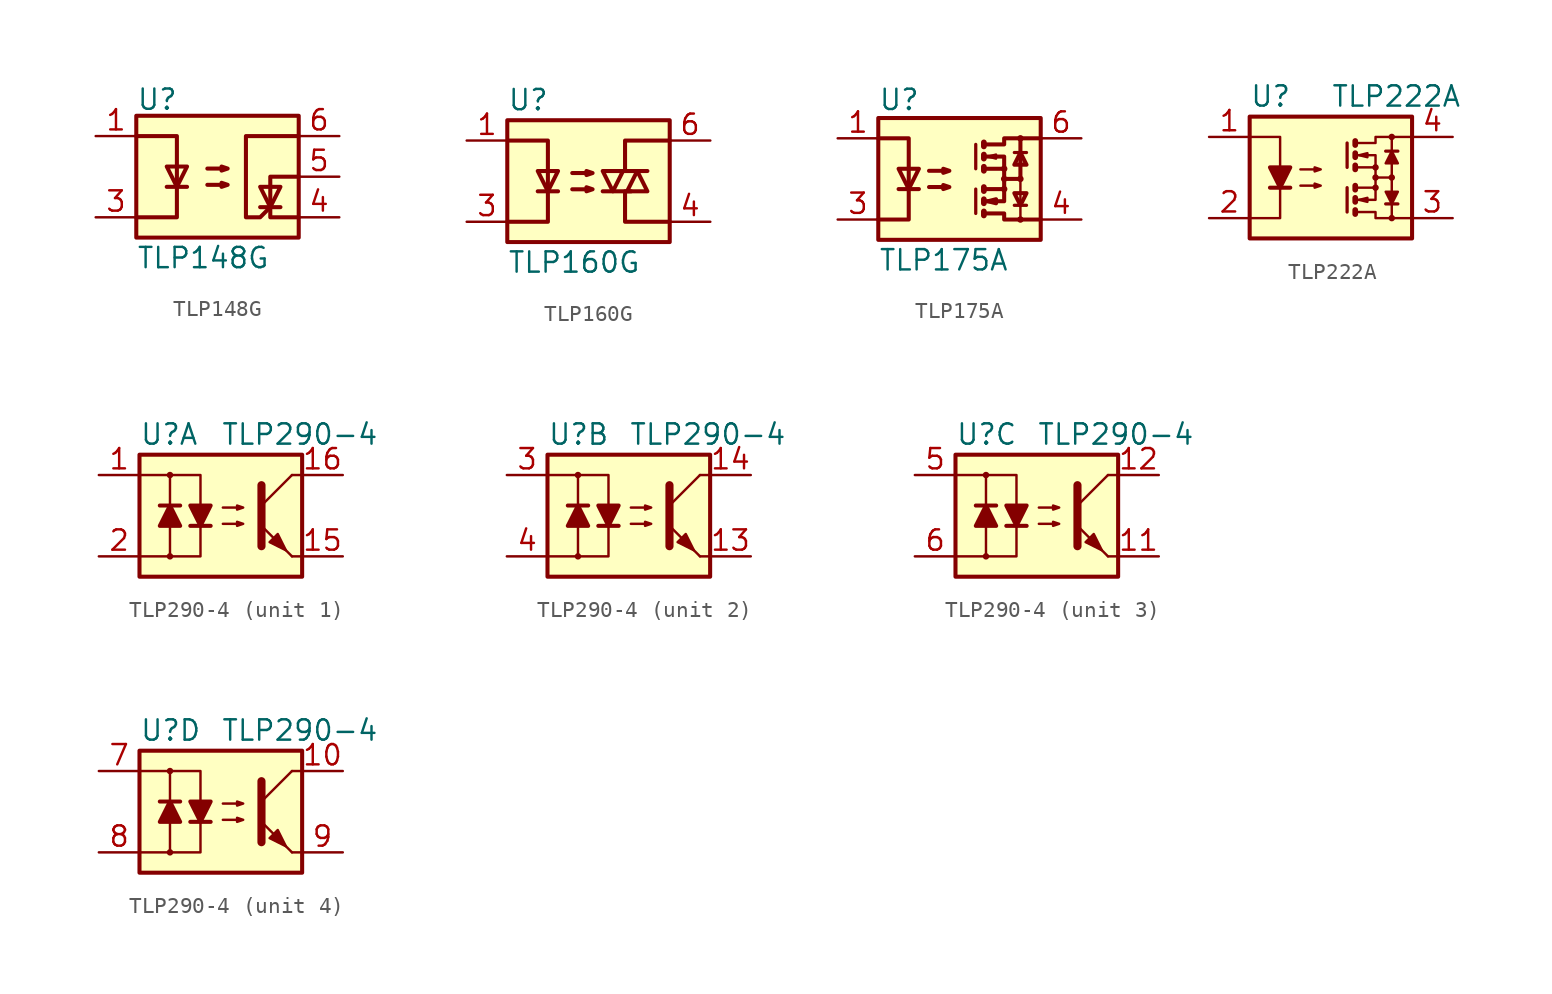
<source format=kicad_sym>
(kicad_symbol_lib
  (version 20211014)
  (generator kicad_symbol_editor)
  (symbol "TLP148G"
    (pin_names
      (offset 1.016))
    (property "Reference" "U"
      (at -5.08 4.826 0)
      (effects (font (size 1.27 1.27)) (justify left)))
    (property "Value" "TLP148G"
      (at -5.08 -5.08 0)
      (effects (font (size 1.27 1.27)) (justify left)))
    (symbol "TLP148G_0_1"
      (rectangle (start -5.08 3.81) (end 5.08 -3.81) (stroke (width 0.254) (type default) (color 0 0 0 0)) (fill (type background)))
      (polyline (pts (xy -3.175 -0.635) (xy -1.905 -0.635)) (stroke (width 0.254) (type default) (color 0 0 0 0)) (fill (type none)))
      (polyline (pts (xy 2.667 -1.905) (xy 3.937 -1.905)) (stroke (width 0.254) (type default) (color 0 0 0 0)) (fill (type none)))
      (polyline (pts (xy -5.08 2.54) (xy -2.54 2.54) (xy -2.54 -2.54) (xy -5.08 -2.54)) (stroke (width 0.254) (type default) (color 0 0 0 0)) (fill (type none)))
      (polyline (pts (xy -2.54 -0.635) (xy -3.175 0.635) (xy -1.905 0.635) (xy -2.54 -0.635)) (stroke (width 0.254) (type default) (color 0 0 0 0)) (fill (type none)))
      (polyline (pts (xy 3.302 -1.905) (xy 2.667 -0.635) (xy 3.937 -0.635) (xy 3.302 -1.905)) (stroke (width 0.254) (type default) (color 0 0 0 0)) (fill (type none)))
      (polyline (pts (xy 5.08 0) (xy 3.302 0) (xy 3.302 -2.54) (xy 5.08 -2.54)) (stroke (width 0.254) (type default) (color 0 0 0 0)) (fill (type none)))
      (polyline (pts (xy -0.635 -0.508) (xy 0.635 -0.508) (xy 0.254 -0.635) (xy 0.254 -0.381) (xy 0.635 -0.508)) (stroke (width 0.254) (type default) (color 0 0 0 0)) (fill (type none)))
      (polyline (pts (xy -0.635 0.508) (xy 0.635 0.508) (xy 0.254 0.381) (xy 0.254 0.635) (xy 0.635 0.508)) (stroke (width 0.254) (type default) (color 0 0 0 0)) (fill (type none)))
      (polyline (pts (xy 5.08 2.54) (xy 1.778 2.54) (xy 1.778 -2.54) (xy 2.667 -2.54) (xy 3.302 -1.905)) (stroke (width 0.254) (type default) (color 0 0 0 0)) (fill (type none))))
    (symbol "TLP148G_1_1"
      (pin passive line (at -7.62 2.54 0) (length 2.54) (name "~" (effects (font (size 1.27 1.27)))) (number "1" (effects (font (size 1.27 1.27)))))
      (pin passive line (at -7.62 -2.54 0) (length 2.54) (name "~" (effects (font (size 1.27 1.27)))) (number "3" (effects (font (size 1.27 1.27)))))
      (pin passive line (at 7.62 -2.54 180) (length 2.54) (name "~" (effects (font (size 1.27 1.27)))) (number "4" (effects (font (size 1.27 1.27)))))
      (pin passive line (at 7.62 0 180) (length 2.54) (name "~" (effects (font (size 1.27 1.27)))) (number "5" (effects (font (size 1.27 1.27)))))
      (pin passive line (at 7.62 2.54 180) (length 2.54) (name "~" (effects (font (size 1.27 1.27)))) (number "6" (effects (font (size 1.27 1.27)))))))
  (symbol "TLP160G"
    (pin_names
      (offset 1.016))
    (property "Reference" "U"
      (at -5.08 5.08 0)
      (effects (font (size 1.27 1.27)) (justify left)))
    (property "Value" "TLP160G"
      (at -5.08 -5.08 0)
      (effects (font (size 1.27 1.27)) (justify left)))
    (symbol "TLP160G_0_1"
      (rectangle (start -5.08 3.81) (end 5.08 -3.81) (stroke (width 0.254) (type default) (color 0 0 0 0)) (fill (type background)))
      (polyline (pts (xy -3.175 -0.635) (xy -1.905 -0.635)) (stroke (width 0.254) (type default) (color 0 0 0 0)) (fill (type none)))
      (polyline (pts (xy 1.905 0.635) (xy 3.683 0.635)) (stroke (width 0.254) (type default) (color 0 0 0 0)) (fill (type none)))
      (polyline (pts (xy 2.667 -0.635) (xy 0.889 -0.635)) (stroke (width 0.254) (type default) (color 0 0 0 0)) (fill (type none)))
      (polyline (pts (xy 2.286 -0.635) (xy 2.286 -2.54) (xy 5.08 -2.54)) (stroke (width 0.254) (type default) (color 0 0 0 0)) (fill (type none)))
      (polyline (pts (xy 5.08 2.54) (xy 2.286 2.54) (xy 2.286 0.635)) (stroke (width 0.254) (type default) (color 0 0 0 0)) (fill (type none)))
      (polyline (pts (xy -4.953 2.54) (xy -2.54 2.54) (xy -2.54 -2.54) (xy -5.08 -2.54)) (stroke (width 0.254) (type default) (color 0 0 0 0)) (fill (type none)))
      (polyline (pts (xy -2.54 -0.635) (xy -3.175 0.635) (xy -1.905 0.635) (xy -2.54 -0.635)) (stroke (width 0.254) (type default) (color 0 0 0 0)) (fill (type none)))
      (polyline (pts (xy 1.524 -0.635) (xy 2.159 0.635) (xy 0.889 0.635) (xy 1.524 -0.635)) (stroke (width 0.254) (type default) (color 0 0 0 0)) (fill (type none)))
      (polyline (pts (xy 3.048 0.635) (xy 2.413 -0.635) (xy 3.683 -0.635) (xy 3.048 0.635)) (stroke (width 0.254) (type default) (color 0 0 0 0)) (fill (type none)))
      (polyline (pts (xy -1.016 -0.508) (xy 0.254 -0.508) (xy -0.127 -0.635) (xy -0.127 -0.381) (xy 0.254 -0.508)) (stroke (width 0.254) (type default) (color 0 0 0 0)) (fill (type none)))
      (polyline (pts (xy -1.016 0.508) (xy 0.254 0.508) (xy -0.127 0.381) (xy -0.127 0.635) (xy 0.254 0.508)) (stroke (width 0.254) (type default) (color 0 0 0 0)) (fill (type none))))
    (symbol "TLP160G_1_1"
      (pin passive line (at -7.62 2.54 0) (length 2.54) (name "~" (effects (font (size 1.27 1.27)))) (number "1" (effects (font (size 1.27 1.27)))))
      (pin passive line (at -7.62 -2.54 0) (length 2.54) (name "~" (effects (font (size 1.27 1.27)))) (number "3" (effects (font (size 1.27 1.27)))))
      (pin passive line (at 7.62 -2.54 180) (length 2.54) (name "~" (effects (font (size 1.27 1.27)))) (number "4" (effects (font (size 1.27 1.27)))))
      (pin passive line (at 7.62 2.54 180) (length 2.54) (name "~" (effects (font (size 1.27 1.27)))) (number "6" (effects (font (size 1.27 1.27)))))))
  (symbol "TLP175A"
    (pin_names
      (offset 1.016))
    (property "Reference" "U"
      (at -5.08 4.953 0)
      (effects (font (size 1.27 1.27)) (justify left)))
    (property "Value" "TLP175A"
      (at -5.08 -5.08 0)
      (effects (font (size 1.27 1.27)) (justify left)))
    (symbol "TLP175A_0_1"
      (rectangle (start -5.08 3.81) (end 5.08 -3.81) (stroke (width 0.254) (type default) (color 0 0 0 0)) (fill (type background)))
      (polyline (pts (xy -3.81 -0.635) (xy -2.54 -0.635)) (stroke (width 0.254) (type default) (color 0 0 0 0)) (fill (type none)))
      (polyline (pts (xy 1.016 -0.635) (xy 1.016 -2.159)) (stroke (width 0.203) (type default) (color 0 0 0 0)) (fill (type none)))
      (polyline (pts (xy 1.016 2.159) (xy 1.016 0.635)) (stroke (width 0.203) (type default) (color 0 0 0 0)) (fill (type none)))
      (polyline (pts (xy 1.524 -0.508) (xy 1.524 -0.762)) (stroke (width 0.356) (type default) (color 0 0 0 0)) (fill (type none)))
      (polyline (pts (xy 2.794 0) (xy 3.81 0)) (stroke (width 0.254) (type default) (color 0 0 0 0)) (fill (type none)))
      (polyline (pts (xy 3.429 -1.651) (xy 4.191 -1.651)) (stroke (width 0.203) (type default) (color 0 0 0 0)) (fill (type none)))
      (polyline (pts (xy 3.429 1.651) (xy 4.191 1.651)) (stroke (width 0.203) (type default) (color 0 0 0 0)) (fill (type none)))
      (polyline (pts (xy 3.81 0) (xy 3.81 -2.54)) (stroke (width 0) (type default) (color 0 0 0 0)) (fill (type none)))
      (polyline (pts (xy 3.81 0) (xy 3.81 2.54)) (stroke (width 0.254) (type default) (color 0 0 0 0)) (fill (type none)))
      (polyline (pts (xy 1.524 -2.032) (xy 1.524 -2.286) (xy 1.524 -2.286)) (stroke (width 0.356) (type default) (color 0 0 0 0)) (fill (type none)))
      (polyline (pts (xy 1.524 -1.27) (xy 1.524 -1.524) (xy 1.524 -1.524)) (stroke (width 0.356) (type default) (color 0 0 0 0)) (fill (type none)))
      (polyline (pts (xy 1.524 0.762) (xy 1.524 0.508) (xy 1.524 0.508)) (stroke (width 0.356) (type default) (color 0 0 0 0)) (fill (type none)))
      (polyline (pts (xy 1.524 1.524) (xy 1.524 1.27) (xy 1.524 1.27)) (stroke (width 0.356) (type default) (color 0 0 0 0)) (fill (type none)))
      (polyline (pts (xy 1.524 2.286) (xy 1.524 2.032) (xy 1.524 2.032)) (stroke (width 0.356) (type default) (color 0 0 0 0)) (fill (type none)))
      (polyline (pts (xy 1.651 -1.397) (xy 2.794 -1.397) (xy 2.794 -0.635)) (stroke (width 0.254) (type default) (color 0 0 0 0)) (fill (type none)))
      (polyline (pts (xy 1.651 1.397) (xy 2.794 1.397) (xy 2.794 0.635)) (stroke (width 0.254) (type default) (color 0 0 0 0)) (fill (type none)))
      (polyline (pts (xy -5.08 2.54) (xy -3.175 2.54) (xy -3.175 -2.54) (xy -5.08 -2.54)) (stroke (width 0.254) (type default) (color 0 0 0 0)) (fill (type none)))
      (polyline (pts (xy -3.175 -0.635) (xy -3.81 0.635) (xy -2.54 0.635) (xy -3.175 -0.635)) (stroke (width 0.254) (type default) (color 0 0 0 0)) (fill (type none)))
      (polyline (pts (xy 1.651 -2.159) (xy 2.794 -2.159) (xy 2.794 -2.54) (xy 5.08 -2.54)) (stroke (width 0.254) (type default) (color 0 0 0 0)) (fill (type none)))
      (polyline (pts (xy 1.651 -0.635) (xy 2.794 -0.635) (xy 2.794 0.635) (xy 1.651 0.635)) (stroke (width 0.254) (type default) (color 0 0 0 0)) (fill (type none)))
      (polyline (pts (xy 1.651 2.159) (xy 2.794 2.159) (xy 2.794 2.54) (xy 5.08 2.54)) (stroke (width 0.254) (type default) (color 0 0 0 0)) (fill (type none)))
      (polyline (pts (xy 1.778 -1.397) (xy 2.286 -1.27) (xy 2.286 -1.524) (xy 1.778 -1.397)) (stroke (width 0.254) (type default) (color 0 0 0 0)) (fill (type none)))
      (polyline (pts (xy 1.778 1.397) (xy 2.286 1.524) (xy 2.286 1.27) (xy 1.778 1.397)) (stroke (width 0) (type default) (color 0 0 0 0)) (fill (type none)))
      (polyline (pts (xy 3.81 -1.651) (xy 3.429 -0.889) (xy 4.191 -0.889) (xy 3.81 -1.651)) (stroke (width 0.254) (type default) (color 0 0 0 0)) (fill (type none)))
      (polyline (pts (xy 3.81 1.651) (xy 3.429 0.889) (xy 4.191 0.889) (xy 3.81 1.651)) (stroke (width 0.254) (type default) (color 0 0 0 0)) (fill (type none)))
      (polyline (pts (xy -1.905 -0.508) (xy -0.635 -0.508) (xy -1.016 -0.635) (xy -1.016 -0.381) (xy -0.635 -0.508)) (stroke (width 0.254) (type default) (color 0 0 0 0)) (fill (type none)))
      (polyline (pts (xy -1.905 0.508) (xy -0.635 0.508) (xy -1.016 0.381) (xy -1.016 0.635) (xy -0.635 0.508)) (stroke (width 0.254) (type default) (color 0 0 0 0)) (fill (type none)))
      (circle (center 2.794 -0.635) (radius 0.127) (stroke (width 0) (type default) (color 0 0 0 0)) (fill (type none)))
      (circle (center 2.794 0) (radius 0.127) (stroke (width 0) (type default) (color 0 0 0 0)) (fill (type none)))
      (circle (center 2.794 0.635) (radius 0.127) (stroke (width 0) (type default) (color 0 0 0 0)) (fill (type none)))
      (circle (center 3.81 -2.54) (radius 0.127) (stroke (width 0) (type default) (color 0 0 0 0)) (fill (type none)))
      (circle (center 3.81 0) (radius 0.127) (stroke (width 0) (type default) (color 0 0 0 0)) (fill (type none)))
      (circle (center 3.81 2.54) (radius 0.127) (stroke (width 0) (type default) (color 0 0 0 0)) (fill (type none))))
    (symbol "TLP175A_1_1"
      (pin passive line (at -7.62 2.54 0) (length 2.54) (name "~" (effects (font (size 1.27 1.27)))) (number "1" (effects (font (size 1.27 1.27)))))
      (pin passive line (at -7.62 -2.54 0) (length 2.54) (name "~" (effects (font (size 1.27 1.27)))) (number "3" (effects (font (size 1.27 1.27)))))
      (pin passive line (at 7.62 -2.54 180) (length 2.54) (name "~" (effects (font (size 1.27 1.27)))) (number "4" (effects (font (size 1.27 1.27)))))
      (pin passive line (at 7.62 2.54 180) (length 2.54) (name "~" (effects (font (size 1.27 1.27)))) (number "6" (effects (font (size 1.27 1.27)))))))
  (symbol "TLP222A"
    (pin_names
      (offset 1.016))
    (property "Reference" "U"
      (at -5.08 5.08 0)
      (effects (font (size 1.27 1.27)) (justify left)))
    (property "Value" "TLP222A"
      (at 0 5.08 0)
      (effects (font (size 1.27 1.27)) (justify left)))
    (symbol "TLP222A_0_1"
      (rectangle (start -5.08 3.81) (end 5.08 -3.81) (stroke (width 0.254) (type default) (color 0 0 0 0)) (fill (type background)))
      (polyline (pts (xy -3.81 -0.635) (xy -2.54 -0.635)) (stroke (width 0.254) (type default) (color 0 0 0 0)) (fill (type none)))
      (polyline (pts (xy 1.016 -0.635) (xy 1.016 -2.159)) (stroke (width 0.203) (type default) (color 0 0 0 0)) (fill (type none)))
      (polyline (pts (xy 1.016 2.159) (xy 1.016 0.635)) (stroke (width 0.203) (type default) (color 0 0 0 0)) (fill (type none)))
      (polyline (pts (xy 1.524 -0.508) (xy 1.524 -0.762)) (stroke (width 0.356) (type default) (color 0 0 0 0)) (fill (type none)))
      (polyline (pts (xy 2.794 0) (xy 3.81 0)) (stroke (width 0) (type default) (color 0 0 0 0)) (fill (type none)))
      (polyline (pts (xy 3.429 -1.651) (xy 4.191 -1.651)) (stroke (width 0.203) (type default) (color 0 0 0 0)) (fill (type none)))
      (polyline (pts (xy 3.429 1.651) (xy 4.191 1.651)) (stroke (width 0.203) (type default) (color 0 0 0 0)) (fill (type none)))
      (polyline (pts (xy 3.81 0) (xy 3.81 -2.54)) (stroke (width 0) (type default) (color 0 0 0 0)) (fill (type none)))
      (polyline (pts (xy 3.81 0) (xy 3.81 2.54)) (stroke (width 0) (type default) (color 0 0 0 0)) (fill (type none)))
      (polyline (pts (xy -5.08 2.54) (xy -3.175 2.54) (xy -3.175 0.635)) (stroke (width 0) (type default) (color 0 0 0 0)) (fill (type none)))
      (polyline (pts (xy -3.175 -0.635) (xy -3.175 -2.54) (xy -5.08 -2.54)) (stroke (width 0) (type default) (color 0 0 0 0)) (fill (type none)))
      (polyline (pts (xy 1.524 -2.032) (xy 1.524 -2.286) (xy 1.524 -2.286)) (stroke (width 0.356) (type default) (color 0 0 0 0)) (fill (type none)))
      (polyline (pts (xy 1.524 -1.27) (xy 1.524 -1.524) (xy 1.524 -1.524)) (stroke (width 0.356) (type default) (color 0 0 0 0)) (fill (type none)))
      (polyline (pts (xy 1.524 0.762) (xy 1.524 0.508) (xy 1.524 0.508)) (stroke (width 0.356) (type default) (color 0 0 0 0)) (fill (type none)))
      (polyline (pts (xy 1.524 1.524) (xy 1.524 1.27) (xy 1.524 1.27)) (stroke (width 0.356) (type default) (color 0 0 0 0)) (fill (type none)))
      (polyline (pts (xy 1.524 2.286) (xy 1.524 2.032) (xy 1.524 2.032)) (stroke (width 0.356) (type default) (color 0 0 0 0)) (fill (type none)))
      (polyline (pts (xy 1.651 -1.397) (xy 2.794 -1.397) (xy 2.794 -0.635)) (stroke (width 0) (type default) (color 0 0 0 0)) (fill (type none)))
      (polyline (pts (xy 1.651 1.397) (xy 2.794 1.397) (xy 2.794 0.635)) (stroke (width 0) (type default) (color 0 0 0 0)) (fill (type none)))
      (polyline (pts (xy -3.175 -0.635) (xy -3.81 0.635) (xy -2.54 0.635) (xy -3.175 -0.635)) (stroke (width 0.254) (type default) (color 0 0 0 0)) (fill (type outline)))
      (polyline (pts (xy 1.651 -2.159) (xy 2.794 -2.159) (xy 2.794 -2.54) (xy 5.08 -2.54)) (stroke (width 0) (type default) (color 0 0 0 0)) (fill (type none)))
      (polyline (pts (xy 1.651 -0.635) (xy 2.794 -0.635) (xy 2.794 0.635) (xy 1.651 0.635)) (stroke (width 0) (type default) (color 0 0 0 0)) (fill (type none)))
      (polyline (pts (xy 1.651 2.159) (xy 2.794 2.159) (xy 2.794 2.54) (xy 5.08 2.54)) (stroke (width 0) (type default) (color 0 0 0 0)) (fill (type none)))
      (polyline (pts (xy 1.778 -1.397) (xy 2.286 -1.27) (xy 2.286 -1.524) (xy 1.778 -1.397)) (stroke (width 0) (type default) (color 0 0 0 0)) (fill (type none)))
      (polyline (pts (xy 1.778 1.397) (xy 2.286 1.524) (xy 2.286 1.27) (xy 1.778 1.397)) (stroke (width 0) (type default) (color 0 0 0 0)) (fill (type none)))
      (polyline (pts (xy 3.81 -1.651) (xy 3.429 -0.889) (xy 4.191 -0.889) (xy 3.81 -1.651)) (stroke (width 0) (type default) (color 0 0 0 0)) (fill (type outline)))
      (polyline (pts (xy 3.81 1.651) (xy 3.429 0.889) (xy 4.191 0.889) (xy 3.81 1.651)) (stroke (width 0) (type default) (color 0 0 0 0)) (fill (type outline)))
      (polyline (pts (xy -1.905 -0.508) (xy -0.635 -0.508) (xy -1.016 -0.635) (xy -1.016 -0.381) (xy -0.635 -0.508)) (stroke (width 0) (type default) (color 0 0 0 0)) (fill (type none)))
      (polyline (pts (xy -1.905 0.508) (xy -0.635 0.508) (xy -1.016 0.381) (xy -1.016 0.635) (xy -0.635 0.508)) (stroke (width 0) (type default) (color 0 0 0 0)) (fill (type none)))
      (circle (center 2.794 -0.635) (radius 0.127) (stroke (width 0) (type default) (color 0 0 0 0)) (fill (type none)))
      (circle (center 2.794 0) (radius 0.127) (stroke (width 0) (type default) (color 0 0 0 0)) (fill (type none)))
      (circle (center 2.794 0.635) (radius 0.127) (stroke (width 0) (type default) (color 0 0 0 0)) (fill (type none)))
      (circle (center 3.81 -2.54) (radius 0.127) (stroke (width 0) (type default) (color 0 0 0 0)) (fill (type none)))
      (circle (center 3.81 0) (radius 0.127) (stroke (width 0) (type default) (color 0 0 0 0)) (fill (type none)))
      (circle (center 3.81 2.54) (radius 0.127) (stroke (width 0) (type default) (color 0 0 0 0)) (fill (type none))))
    (symbol "TLP222A_1_1"
      (pin passive line (at -7.62 2.54 0) (length 2.54) (name "~" (effects (font (size 1.27 1.27)))) (number "1" (effects (font (size 1.27 1.27)))))
      (pin passive line (at -7.62 -2.54 0) (length 2.54) (name "~" (effects (font (size 1.27 1.27)))) (number "2" (effects (font (size 1.27 1.27)))))
      (pin passive line (at 7.62 -2.54 180) (length 2.54) (name "~" (effects (font (size 1.27 1.27)))) (number "3" (effects (font (size 1.27 1.27)))))
      (pin passive line (at 7.62 2.54 180) (length 2.54) (name "~" (effects (font (size 1.27 1.27)))) (number "4" (effects (font (size 1.27 1.27)))))))
  (symbol "TLP290-4"
    (pin_names
      (offset 1.016))
    (property "Reference" "U"
      (at -5.08 5.08 0)
      (effects (font (size 1.27 1.27)) (justify left)))
    (property "Value" "TLP290-4"
      (at 0 5.08 0)
      (effects (font (size 1.27 1.27)) (justify left)))
    (symbol "TLP290-4_0_1"
      (rectangle (start -5.08 3.81) (end 5.08 -3.81) (stroke (width 0.254) (type default) (color 0 0 0 0)) (fill (type background)))
      (circle (center -3.175 -2.54) (radius 0.127) (stroke (width 0) (type default) (color 0 0 0 0)) (fill (type none)))
      (circle (center -3.175 2.54) (radius 0.127) (stroke (width 0) (type default) (color 0 0 0 0)) (fill (type none)))
      (polyline (pts (xy -3.81 0.635) (xy -2.54 0.635)) (stroke (width 0.254) (type default) (color 0 0 0 0)) (fill (type none)))
      (polyline (pts (xy -3.175 -0.635) (xy -3.175 -2.54)) (stroke (width 0) (type default) (color 0 0 0 0)) (fill (type none)))
      (polyline (pts (xy -3.175 0.635) (xy -3.175 2.54)) (stroke (width 0) (type default) (color 0 0 0 0)) (fill (type none)))
      (polyline (pts (xy -1.905 -0.635) (xy -0.635 -0.635)) (stroke (width 0.254) (type default) (color 0 0 0 0)) (fill (type none)))
      (polyline (pts (xy 2.54 0.635) (xy 4.445 2.54)) (stroke (width 0) (type default) (color 0 0 0 0)) (fill (type none)))
      (polyline (pts (xy 4.445 -2.54) (xy 2.54 -0.635)) (stroke (width 0) (type default) (color 0 0 0 0)) (fill (type outline)))
      (polyline (pts (xy 4.445 -2.54) (xy 5.08 -2.54)) (stroke (width 0) (type default) (color 0 0 0 0)) (fill (type none)))
      (polyline (pts (xy 4.445 2.54) (xy 5.08 2.54)) (stroke (width 0) (type default) (color 0 0 0 0)) (fill (type none)))
      (polyline (pts (xy -5.08 2.54) (xy -1.27 2.54) (xy -1.27 0.635)) (stroke (width 0) (type default) (color 0 0 0 0)) (fill (type none)))
      (polyline (pts (xy -1.27 -0.635) (xy -1.27 -2.54) (xy -5.08 -2.54)) (stroke (width 0) (type default) (color 0 0 0 0)) (fill (type none)))
      (polyline (pts (xy 2.54 1.905) (xy 2.54 -1.905) (xy 2.54 -1.905)) (stroke (width 0.508) (type default) (color 0 0 0 0)) (fill (type none)))
      (polyline (pts (xy -3.175 0.635) (xy -3.81 -0.635) (xy -2.54 -0.635) (xy -3.175 0.635)) (stroke (width 0.254) (type default) (color 0 0 0 0)) (fill (type outline)))
      (polyline (pts (xy -1.27 -0.635) (xy -1.905 0.635) (xy -0.635 0.635) (xy -1.27 -0.635)) (stroke (width 0.254) (type default) (color 0 0 0 0)) (fill (type outline)))
      (polyline (pts (xy 0.127 -0.508) (xy 1.397 -0.508) (xy 1.016 -0.635) (xy 1.016 -0.381) (xy 1.397 -0.508)) (stroke (width 0) (type default) (color 0 0 0 0)) (fill (type none)))
      (polyline (pts (xy 0.127 0.508) (xy 1.397 0.508) (xy 1.016 0.381) (xy 1.016 0.635) (xy 1.397 0.508)) (stroke (width 0) (type default) (color 0 0 0 0)) (fill (type none)))
      (polyline (pts (xy 3.048 -1.651) (xy 3.556 -1.143) (xy 4.064 -2.159) (xy 3.048 -1.651) (xy 3.048 -1.651)) (stroke (width 0) (type default) (color 0 0 0 0)) (fill (type outline))))
    (symbol "TLP290-4_1_1"
      (pin passive line (at -7.62 2.54 0) (length 2.54) (name "~" (effects (font (size 1.27 1.27)))) (number "1" (effects (font (size 1.27 1.27)))))
      (pin passive line (at 7.62 -2.54 180) (length 2.54) (name "~" (effects (font (size 1.27 1.27)))) (number "15" (effects (font (size 1.27 1.27)))))
      (pin passive line (at 7.62 2.54 180) (length 2.54) (name "~" (effects (font (size 1.27 1.27)))) (number "16" (effects (font (size 1.27 1.27)))))
      (pin passive line (at -7.62 -2.54 0) (length 2.54) (name "~" (effects (font (size 1.27 1.27)))) (number "2" (effects (font (size 1.27 1.27))))))
    (symbol "TLP290-4_2_1"
      (pin passive line (at 7.62 -2.54 180) (length 2.54) (name "~" (effects (font (size 1.27 1.27)))) (number "13" (effects (font (size 1.27 1.27)))))
      (pin passive line (at 7.62 2.54 180) (length 2.54) (name "~" (effects (font (size 1.27 1.27)))) (number "14" (effects (font (size 1.27 1.27)))))
      (pin passive line (at -7.62 2.54 0) (length 2.54) (name "~" (effects (font (size 1.27 1.27)))) (number "3" (effects (font (size 1.27 1.27)))))
      (pin passive line (at -7.62 -2.54 0) (length 2.54) (name "~" (effects (font (size 1.27 1.27)))) (number "4" (effects (font (size 1.27 1.27))))))
    (symbol "TLP290-4_3_1"
      (pin passive line (at 7.62 -2.54 180) (length 2.54) (name "~" (effects (font (size 1.27 1.27)))) (number "11" (effects (font (size 1.27 1.27)))))
      (pin passive line (at 7.62 2.54 180) (length 2.54) (name "~" (effects (font (size 1.27 1.27)))) (number "12" (effects (font (size 1.27 1.27)))))
      (pin passive line (at -7.62 2.54 0) (length 2.54) (name "~" (effects (font (size 1.27 1.27)))) (number "5" (effects (font (size 1.27 1.27)))))
      (pin passive line (at -7.62 -2.54 0) (length 2.54) (name "~" (effects (font (size 1.27 1.27)))) (number "6" (effects (font (size 1.27 1.27))))))
    (symbol "TLP290-4_4_1"
      (pin passive line (at 7.62 2.54 180) (length 2.54) (name "~" (effects (font (size 1.27 1.27)))) (number "10" (effects (font (size 1.27 1.27)))))
      (pin passive line (at -7.62 2.54 0) (length 2.54) (name "~" (effects (font (size 1.27 1.27)))) (number "7" (effects (font (size 1.27 1.27)))))
      (pin passive line (at -7.62 -2.54 0) (length 2.54) (name "~" (effects (font (size 1.27 1.27)))) (number "8" (effects (font (size 1.27 1.27)))))
      (pin passive line (at 7.62 -2.54 180) (length 2.54) (name "~" (effects (font (size 1.27 1.27)))) (number "9" (effects (font (size 1.27 1.27))))))))
</source>
